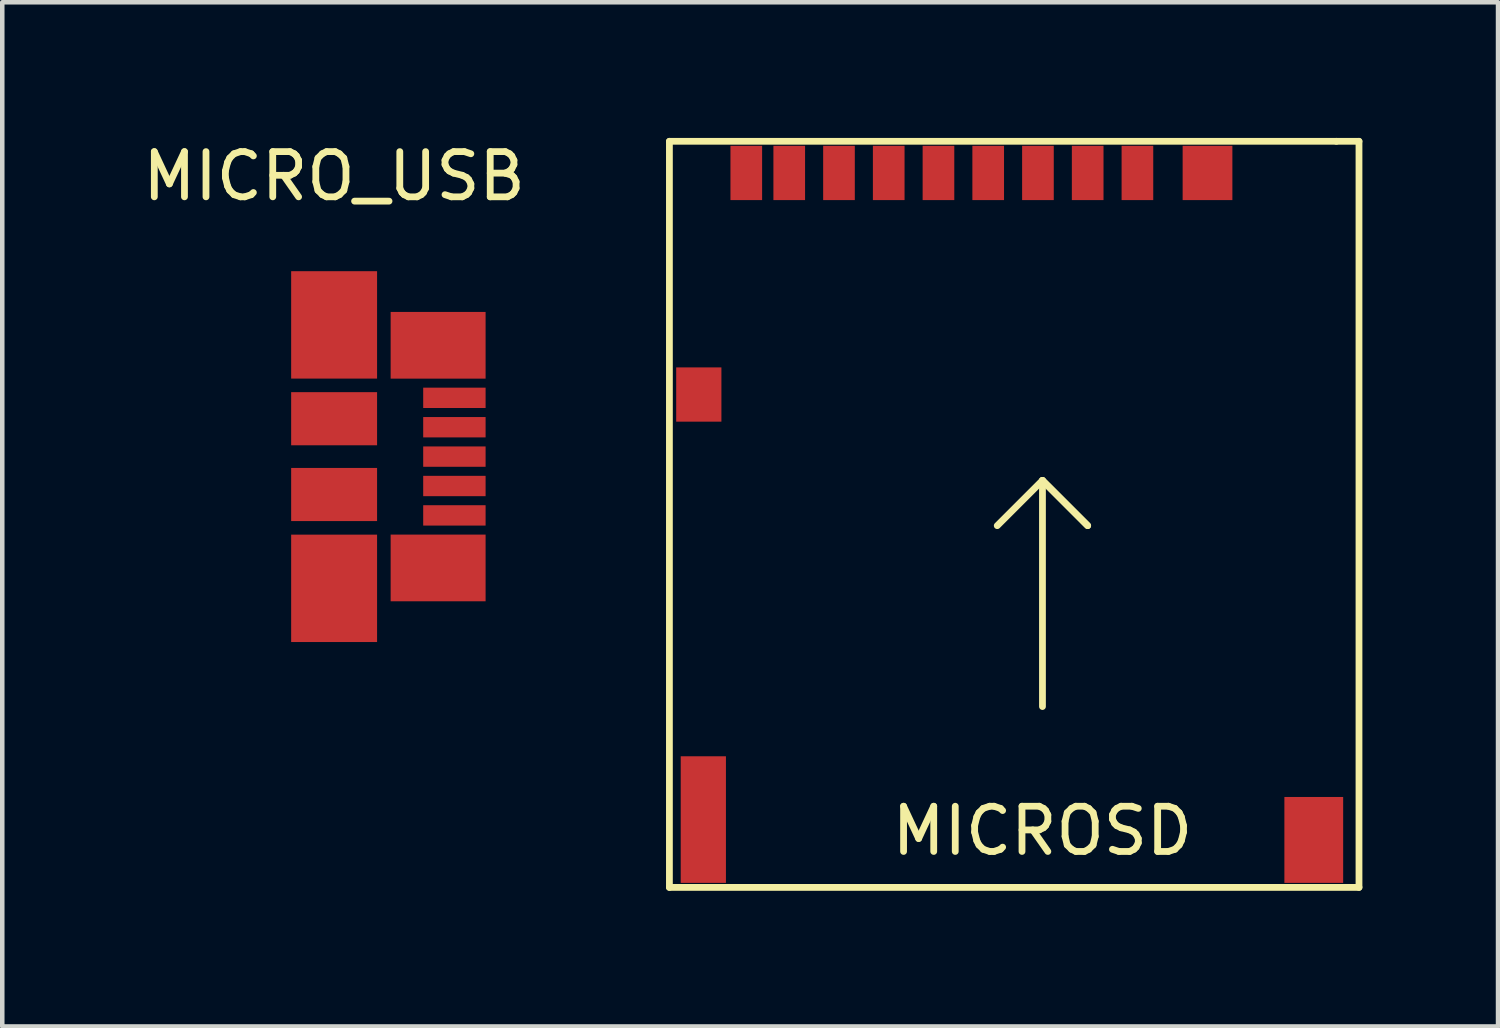
<source format=kicad_pcb>
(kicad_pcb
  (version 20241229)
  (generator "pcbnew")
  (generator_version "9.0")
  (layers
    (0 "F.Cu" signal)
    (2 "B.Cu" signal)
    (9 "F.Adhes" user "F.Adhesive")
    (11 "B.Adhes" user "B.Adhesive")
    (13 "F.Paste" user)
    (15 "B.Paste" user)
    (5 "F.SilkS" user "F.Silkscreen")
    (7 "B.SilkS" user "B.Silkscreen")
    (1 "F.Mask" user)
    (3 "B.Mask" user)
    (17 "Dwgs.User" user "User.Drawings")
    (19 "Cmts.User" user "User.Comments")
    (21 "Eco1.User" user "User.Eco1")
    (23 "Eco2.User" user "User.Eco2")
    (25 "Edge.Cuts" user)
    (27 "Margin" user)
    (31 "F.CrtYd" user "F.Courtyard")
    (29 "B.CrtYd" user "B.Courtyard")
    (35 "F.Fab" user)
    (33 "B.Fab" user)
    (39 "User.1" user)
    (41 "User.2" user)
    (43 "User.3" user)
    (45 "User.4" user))
  (footprint "MICROSD"
    (layer "F.Cu")
    (at 20.004 4.075)
    (property "Reference" "MICROSD" (at 0 11.25 0) (layer "F.SilkS") (effects (font (size 1 1) (thickness 0.15))))
    (attr through_hole)
    (fp_line (start -8.25 -4) (end 6.5 -4) (stroke (width 0.15) (type solid)) (layer "F.SilkS"))
    (fp_line (start -8.25 12.5) (end -8.25 -4) (stroke (width 0.15) (type solid)) (layer "F.SilkS"))
    (fp_line (start 0 3.5) (end -1 4.5) (stroke (width 0.15) (type solid)) (layer "F.SilkS"))
    (fp_line (start 0 3.5) (end 1 4.5) (stroke (width 0.15) (type solid)) (layer "F.SilkS"))
    (fp_line (start 0 8.5) (end 0 3.5) (stroke (width 0.15) (type solid)) (layer "F.SilkS"))
    (fp_line (start 1 4.5) (end 0 3.5) (stroke (width 0.15) (type solid)) (layer "F.SilkS"))
    (fp_line (start 6.5 -4) (end 7 -4) (stroke (width 0.15) (type solid)) (layer "F.SilkS"))
    (fp_line (start 7 -4) (end 7 12.5) (stroke (width 0.15) (type solid)) (layer "F.SilkS"))
    (fp_line (start 7 12.5) (end -8.25 12.5) (stroke (width 0.15) (type solid)) (layer "F.SilkS"))
    (pad "1" smd rect (at 2.1 -3.3) (size 0.7 1.2) (layers "F.Cu" "F.Mask" "F.Paste"))
    (pad "2" smd rect (at 1 -3.3) (size 0.7 1.2) (layers "F.Cu" "F.Mask" "F.Paste"))
    (pad "3" smd rect (at -0.1 -3.3) (size 0.7 1.2) (layers "F.Cu" "F.Mask" "F.Paste"))
    (pad "4" smd rect (at -1.2 -3.3) (size 0.7 1.2) (layers "F.Cu" "F.Mask" "F.Paste"))
    (pad "5" smd rect (at -2.3 -3.3) (size 0.7 1.2) (layers "F.Cu" "F.Mask" "F.Paste"))
    (pad "6" smd rect (at -3.4 -3.3) (size 0.7 1.2) (layers "F.Cu" "F.Mask" "F.Paste"))
    (pad "7" smd rect (at -4.5 -3.3) (size 0.7 1.2) (layers "F.Cu" "F.Mask" "F.Paste"))
    (pad "8" smd rect (at -5.6 -3.3) (size 0.7 1.2) (layers "F.Cu" "F.Mask" "F.Paste"))
    (pad "9" smd rect (at -7.6 1.6) (size 1 1.2) (layers "F.Cu" "F.Mask" "F.Paste"))
    (pad "10" smd rect (at -7.5 11) (size 1 2.8) (layers "F.Cu" "F.Mask" "F.Paste"))
    (pad "11" smd rect (at 6 11.45) (size 1.3 1.9) (layers "F.Cu" "F.Mask" "F.Paste"))
    (pad "12" smd rect (at 3.65 -3.3) (size 1.1 1.2) (layers "F.Cu" "F.Mask" "F.Paste"))
    (pad "13" smd rect (at -6.55 -3.3) (size 0.7 1.2) (layers "F.Cu" "F.Mask" "F.Paste")))
  (footprint "MICRO_USB"
    (layer "F.Cu")
    (at 4.339 7.048)
    (property "Reference" "MICRO_USB" (at 0 -6.2 0) (layer "F.SilkS") (effects (font (size 1 1) (thickness 0.15))))
    (attr through_hole)
    (pad "" smd rect (at 0 -2.913) (size 1.9 2.375) (layers "F.Cu" "F.Mask" "F.Paste"))
    (pad "" smd rect (at 0 -0.838) (size 1.9 1.175) (layers "F.Cu" "F.Mask" "F.Paste"))
    (pad "" smd rect (at 0 0.838) (size 1.9 1.175) (layers "F.Cu" "F.Mask" "F.Paste"))
    (pad "" smd rect (at 0 2.913) (size 1.9 2.375) (layers "F.Cu" "F.Mask" "F.Paste"))
    (pad "" smd rect (at 2.3 -2.462) (size 2.1 1.475) (layers "F.Cu" "F.Mask" "F.Paste"))
    (pad "" smd rect (at 2.3 2.462) (size 2.1 1.475) (layers "F.Cu" "F.Mask" "F.Paste"))
    (pad "1" smd rect (at 2.66 -1.3) (size 1.38 0.45) (layers "F.Cu" "F.Mask" "F.Paste"))
    (pad "2" smd rect (at 2.66 -0.65) (size 1.38 0.45) (layers "F.Cu" "F.Mask" "F.Paste"))
    (pad "3" smd rect (at 2.66 0) (size 1.38 0.45) (layers "F.Cu" "F.Mask" "F.Paste"))
    (pad "4" smd rect (at 2.66 0.65) (size 1.38 0.45) (layers "F.Cu" "F.Mask" "F.Paste"))
    (pad "5" smd rect (at 2.66 1.3) (size 1.38 0.45) (layers "F.Cu" "F.Mask" "F.Paste")))
  (gr_rect
    (start -3 -3)
    (end 30.079 19.65)
    (stroke (width 0.1) (type default))
    (fill no)
    (layer "Edge.Cuts")))
</source>
